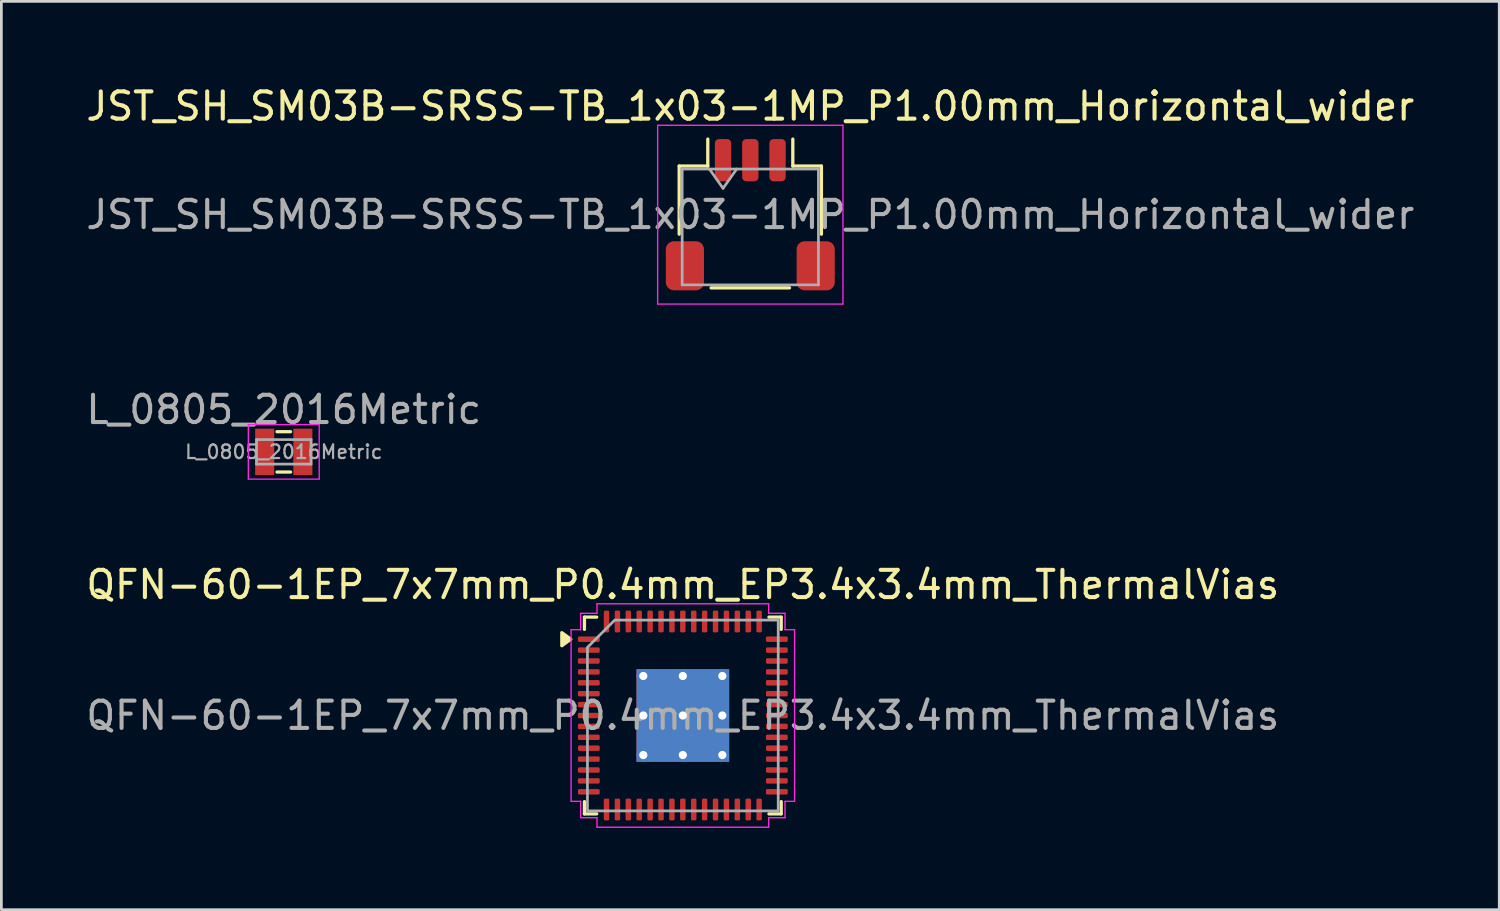
<source format=kicad_pcb>
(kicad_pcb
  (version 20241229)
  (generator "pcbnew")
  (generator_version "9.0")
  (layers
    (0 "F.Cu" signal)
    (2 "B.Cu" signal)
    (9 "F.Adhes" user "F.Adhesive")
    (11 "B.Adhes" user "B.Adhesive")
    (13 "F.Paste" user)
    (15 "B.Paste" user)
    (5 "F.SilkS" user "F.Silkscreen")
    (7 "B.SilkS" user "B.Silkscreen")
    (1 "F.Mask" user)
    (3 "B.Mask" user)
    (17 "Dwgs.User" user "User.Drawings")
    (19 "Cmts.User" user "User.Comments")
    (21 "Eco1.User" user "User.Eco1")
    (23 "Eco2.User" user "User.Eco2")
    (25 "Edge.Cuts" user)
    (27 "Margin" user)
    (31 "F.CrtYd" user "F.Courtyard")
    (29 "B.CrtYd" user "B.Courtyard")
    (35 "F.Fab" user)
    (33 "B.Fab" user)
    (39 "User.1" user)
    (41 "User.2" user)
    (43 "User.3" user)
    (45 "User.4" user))
  (footprint "QFN-60-1EP_7x7mm_P0.4mm_EP3.4x3.4mm_ThermalVias"
    (layer "F.Cu")
    (at 22.006 23.205)
    (property "Reference" "QFN-60-1EP_7x7mm_P0.4mm_EP3.4x3.4mm_ThermalVias" (at 0 -4.8 0) (layer "F.SilkS") (effects (font (size 1 1) (thickness 0.15))))
    (attr smd)
    (fp_line (start -3.61 -3.61) (end -3.16 -3.61) (stroke (width 0.12) (type solid)) (layer "F.SilkS"))
    (fp_line (start -3.61 -3.16) (end -3.61 -3.61) (stroke (width 0.12) (type solid)) (layer "F.SilkS"))
    (fp_line (start -3.61 3.61) (end -3.61 3.16) (stroke (width 0.12) (type solid)) (layer "F.SilkS"))
    (fp_line (start -3.16 3.61) (end -3.61 3.61) (stroke (width 0.12) (type solid)) (layer "F.SilkS"))
    (fp_line (start 3.16 -3.61) (end 3.61 -3.61) (stroke (width 0.12) (type solid)) (layer "F.SilkS"))
    (fp_line (start 3.61 -3.61) (end 3.61 -3.16) (stroke (width 0.12) (type solid)) (layer "F.SilkS"))
    (fp_line (start 3.61 3.16) (end 3.61 3.61) (stroke (width 0.12) (type solid)) (layer "F.SilkS"))
    (fp_line (start 3.61 3.61) (end 3.16 3.61) (stroke (width 0.12) (type solid)) (layer "F.SilkS"))
    (fp_poly (pts (xy -4.11 -2.8) (xy -4.44 -2.56) (xy -4.44 -3.04)) (stroke (width 0.12) (type solid)) (fill yes) (layer "F.SilkS"))
    (fp_line (start -4.1 -3.15) (end -3.75 -3.15) (stroke (width 0.05) (type solid)) (layer "F.CrtYd"))
    (fp_line (start -4.1 3.15) (end -4.1 -3.15) (stroke (width 0.05) (type solid)) (layer "F.CrtYd"))
    (fp_line (start -3.75 -3.75) (end -3.15 -3.75) (stroke (width 0.05) (type solid)) (layer "F.CrtYd"))
    (fp_line (start -3.75 -3.15) (end -3.75 -3.75) (stroke (width 0.05) (type solid)) (layer "F.CrtYd"))
    (fp_line (start -3.75 3.15) (end -4.1 3.15) (stroke (width 0.05) (type solid)) (layer "F.CrtYd"))
    (fp_line (start -3.75 3.75) (end -3.75 3.15) (stroke (width 0.05) (type solid)) (layer "F.CrtYd"))
    (fp_line (start -3.15 -4.1) (end 3.15 -4.1) (stroke (width 0.05) (type solid)) (layer "F.CrtYd"))
    (fp_line (start -3.15 -3.75) (end -3.15 -4.1) (stroke (width 0.05) (type solid)) (layer "F.CrtYd"))
    (fp_line (start -3.15 3.75) (end -3.75 3.75) (stroke (width 0.05) (type solid)) (layer "F.CrtYd"))
    (fp_line (start -3.15 4.1) (end -3.15 3.75) (stroke (width 0.05) (type solid)) (layer "F.CrtYd"))
    (fp_line (start 3.15 -4.1) (end 3.15 -3.75) (stroke (width 0.05) (type solid)) (layer "F.CrtYd"))
    (fp_line (start 3.15 -3.75) (end 3.75 -3.75) (stroke (width 0.05) (type solid)) (layer "F.CrtYd"))
    (fp_line (start 3.15 3.75) (end 3.15 4.1) (stroke (width 0.05) (type solid)) (layer "F.CrtYd"))
    (fp_line (start 3.15 4.1) (end -3.15 4.1) (stroke (width 0.05) (type solid)) (layer "F.CrtYd"))
    (fp_line (start 3.75 -3.75) (end 3.75 -3.15) (stroke (width 0.05) (type solid)) (layer "F.CrtYd"))
    (fp_line (start 3.75 -3.15) (end 4.1 -3.15) (stroke (width 0.05) (type solid)) (layer "F.CrtYd"))
    (fp_line (start 3.75 3.15) (end 3.75 3.75) (stroke (width 0.05) (type solid)) (layer "F.CrtYd"))
    (fp_line (start 3.75 3.75) (end 3.15 3.75) (stroke (width 0.05) (type solid)) (layer "F.CrtYd"))
    (fp_line (start 4.1 -3.15) (end 4.1 3.15) (stroke (width 0.05) (type solid)) (layer "F.CrtYd"))
    (fp_line (start 4.1 3.15) (end 3.75 3.15) (stroke (width 0.05) (type solid)) (layer "F.CrtYd"))
    (fp_poly (pts (xy -3.5 -2.5) (xy -3.5 3.5) (xy 3.5 3.5) (xy 3.5 -3.5) (xy -2.5 -3.5)) (stroke (width 0.1) (type solid)) (fill no) (layer "F.Fab"))
    (fp_text user "${REFERENCE}" (at 0 0 0) (layer "F.Fab") (effects (font (size 1 1) (thickness 0.15))))
    (pad "" smd roundrect (at -0.8 -0.795) (size 1.21 1.21) (layers "F.Paste") (roundrect_rratio 0.189))
    (pad "" smd roundrect (at -0.8 0.8) (size 1.21 1.21) (layers "F.Paste") (roundrect_rratio 0.189))
    (pad "" smd roundrect (at 0.795 -0.795) (size 1.21 1.21) (layers "F.Paste") (roundrect_rratio 0.189))
    (pad "" smd roundrect (at 0.795 0.795) (size 1.21 1.21) (layers "F.Paste") (roundrect_rratio 0.189))
    (pad "1" smd roundrect (at -3.45 -2.8) (size 0.8 0.2) (layers "F.Cu" "F.Mask" "F.Paste") (roundrect_rratio 0.25))
    (pad "2" smd roundrect (at -3.45 -2.4) (size 0.8 0.2) (layers "F.Cu" "F.Mask" "F.Paste") (roundrect_rratio 0.25))
    (pad "3" smd roundrect (at -3.45 -2) (size 0.8 0.2) (layers "F.Cu" "F.Mask" "F.Paste") (roundrect_rratio 0.25))
    (pad "4" smd roundrect (at -3.45 -1.6) (size 0.8 0.2) (layers "F.Cu" "F.Mask" "F.Paste") (roundrect_rratio 0.25))
    (pad "5" smd roundrect (at -3.45 -1.2) (size 0.8 0.2) (layers "F.Cu" "F.Mask" "F.Paste") (roundrect_rratio 0.25))
    (pad "6" smd roundrect (at -3.45 -0.8) (size 0.8 0.2) (layers "F.Cu" "F.Mask" "F.Paste") (roundrect_rratio 0.25))
    (pad "7" smd roundrect (at -3.45 -0.4) (size 0.8 0.2) (layers "F.Cu" "F.Mask" "F.Paste") (roundrect_rratio 0.25))
    (pad "8" smd roundrect (at -3.45 0) (size 0.8 0.2) (layers "F.Cu" "F.Mask" "F.Paste") (roundrect_rratio 0.25))
    (pad "9" smd roundrect (at -3.45 0.4) (size 0.8 0.2) (layers "F.Cu" "F.Mask" "F.Paste") (roundrect_rratio 0.25))
    (pad "10" smd roundrect (at -3.45 0.8) (size 0.8 0.2) (layers "F.Cu" "F.Mask" "F.Paste") (roundrect_rratio 0.25))
    (pad "11" smd roundrect (at -3.45 1.2) (size 0.8 0.2) (layers "F.Cu" "F.Mask" "F.Paste") (roundrect_rratio 0.25))
    (pad "12" smd roundrect (at -3.45 1.6) (size 0.8 0.2) (layers "F.Cu" "F.Mask" "F.Paste") (roundrect_rratio 0.25))
    (pad "13" smd roundrect (at -3.45 2) (size 0.8 0.2) (layers "F.Cu" "F.Mask" "F.Paste") (roundrect_rratio 0.25))
    (pad "14" smd roundrect (at -3.45 2.4) (size 0.8 0.2) (layers "F.Cu" "F.Mask" "F.Paste") (roundrect_rratio 0.25))
    (pad "15" smd roundrect (at -3.45 2.8) (size 0.8 0.2) (layers "F.Cu" "F.Mask" "F.Paste") (roundrect_rratio 0.25))
    (pad "16" smd roundrect (at -2.8 3.45) (size 0.2 0.8) (layers "F.Cu" "F.Mask" "F.Paste") (roundrect_rratio 0.25))
    (pad "17" smd roundrect (at -2.4 3.45) (size 0.2 0.8) (layers "F.Cu" "F.Mask" "F.Paste") (roundrect_rratio 0.25))
    (pad "18" smd roundrect (at -2 3.45) (size 0.2 0.8) (layers "F.Cu" "F.Mask" "F.Paste") (roundrect_rratio 0.25))
    (pad "19" smd roundrect (at -1.6 3.45) (size 0.2 0.8) (layers "F.Cu" "F.Mask" "F.Paste") (roundrect_rratio 0.25))
    (pad "20" smd roundrect (at -1.2 3.45) (size 0.2 0.8) (layers "F.Cu" "F.Mask" "F.Paste") (roundrect_rratio 0.25))
    (pad "21" smd roundrect (at -0.8 3.45) (size 0.2 0.8) (layers "F.Cu" "F.Mask" "F.Paste") (roundrect_rratio 0.25))
    (pad "22" smd roundrect (at -0.4 3.45) (size 0.2 0.8) (layers "F.Cu" "F.Mask" "F.Paste") (roundrect_rratio 0.25))
    (pad "23" smd roundrect (at 0 3.45) (size 0.2 0.8) (layers "F.Cu" "F.Mask" "F.Paste") (roundrect_rratio 0.25))
    (pad "24" smd roundrect (at 0.4 3.45) (size 0.2 0.8) (layers "F.Cu" "F.Mask" "F.Paste") (roundrect_rratio 0.25))
    (pad "25" smd roundrect (at 0.8 3.45) (size 0.2 0.8) (layers "F.Cu" "F.Mask" "F.Paste") (roundrect_rratio 0.25))
    (pad "26" smd roundrect (at 1.2 3.45) (size 0.2 0.8) (layers "F.Cu" "F.Mask" "F.Paste") (roundrect_rratio 0.25))
    (pad "27" smd roundrect (at 1.6 3.45) (size 0.2 0.8) (layers "F.Cu" "F.Mask" "F.Paste") (roundrect_rratio 0.25))
    (pad "28" smd roundrect (at 2 3.45) (size 0.2 0.8) (layers "F.Cu" "F.Mask" "F.Paste") (roundrect_rratio 0.25))
    (pad "29" smd roundrect (at 2.4 3.45) (size 0.2 0.8) (layers "F.Cu" "F.Mask" "F.Paste") (roundrect_rratio 0.25))
    (pad "30" smd roundrect (at 2.8 3.45) (size 0.2 0.8) (layers "F.Cu" "F.Mask" "F.Paste") (roundrect_rratio 0.25))
    (pad "31" smd roundrect (at 3.45 2.8) (size 0.8 0.2) (layers "F.Cu" "F.Mask" "F.Paste") (roundrect_rratio 0.25))
    (pad "32" smd roundrect (at 3.45 2.4) (size 0.8 0.2) (layers "F.Cu" "F.Mask" "F.Paste") (roundrect_rratio 0.25))
    (pad "33" smd roundrect (at 3.45 2) (size 0.8 0.2) (layers "F.Cu" "F.Mask" "F.Paste") (roundrect_rratio 0.25))
    (pad "34" smd roundrect (at 3.45 1.6) (size 0.8 0.2) (layers "F.Cu" "F.Mask" "F.Paste") (roundrect_rratio 0.25))
    (pad "35" smd roundrect (at 3.45 1.2) (size 0.8 0.2) (layers "F.Cu" "F.Mask" "F.Paste") (roundrect_rratio 0.25))
    (pad "36" smd roundrect (at 3.45 0.8) (size 0.8 0.2) (layers "F.Cu" "F.Mask" "F.Paste") (roundrect_rratio 0.25))
    (pad "37" smd roundrect (at 3.45 0.4) (size 0.8 0.2) (layers "F.Cu" "F.Mask" "F.Paste") (roundrect_rratio 0.25))
    (pad "38" smd roundrect (at 3.45 0) (size 0.8 0.2) (layers "F.Cu" "F.Mask" "F.Paste") (roundrect_rratio 0.25))
    (pad "39" smd roundrect (at 3.45 -0.4) (size 0.8 0.2) (layers "F.Cu" "F.Mask" "F.Paste") (roundrect_rratio 0.25))
    (pad "40" smd roundrect (at 3.45 -0.8) (size 0.8 0.2) (layers "F.Cu" "F.Mask" "F.Paste") (roundrect_rratio 0.25))
    (pad "41" smd roundrect (at 3.45 -1.2) (size 0.8 0.2) (layers "F.Cu" "F.Mask" "F.Paste") (roundrect_rratio 0.25))
    (pad "42" smd roundrect (at 3.45 -1.6) (size 0.8 0.2) (layers "F.Cu" "F.Mask" "F.Paste") (roundrect_rratio 0.25))
    (pad "43" smd roundrect (at 3.45 -2) (size 0.8 0.2) (layers "F.Cu" "F.Mask" "F.Paste") (roundrect_rratio 0.25))
    (pad "44" smd roundrect (at 3.45 -2.4) (size 0.8 0.2) (layers "F.Cu" "F.Mask" "F.Paste") (roundrect_rratio 0.25))
    (pad "45" smd roundrect (at 3.45 -2.8) (size 0.8 0.2) (layers "F.Cu" "F.Mask" "F.Paste") (roundrect_rratio 0.25))
    (pad "46" smd roundrect (at 2.8 -3.45) (size 0.2 0.8) (layers "F.Cu" "F.Mask" "F.Paste") (roundrect_rratio 0.25))
    (pad "47" smd roundrect (at 2.4 -3.45) (size 0.2 0.8) (layers "F.Cu" "F.Mask" "F.Paste") (roundrect_rratio 0.25))
    (pad "48" smd roundrect (at 2 -3.45) (size 0.2 0.8) (layers "F.Cu" "F.Mask" "F.Paste") (roundrect_rratio 0.25))
    (pad "49" smd roundrect (at 1.6 -3.45) (size 0.2 0.8) (layers "F.Cu" "F.Mask" "F.Paste") (roundrect_rratio 0.25))
    (pad "50" smd roundrect (at 1.2 -3.45) (size 0.2 0.8) (layers "F.Cu" "F.Mask" "F.Paste") (roundrect_rratio 0.25))
    (pad "51" smd roundrect (at 0.8 -3.45) (size 0.2 0.8) (layers "F.Cu" "F.Mask" "F.Paste") (roundrect_rratio 0.25))
    (pad "52" smd roundrect (at 0.4 -3.45) (size 0.2 0.8) (layers "F.Cu" "F.Mask" "F.Paste") (roundrect_rratio 0.25))
    (pad "53" smd roundrect (at 0 -3.45) (size 0.2 0.8) (layers "F.Cu" "F.Mask" "F.Paste") (roundrect_rratio 0.25))
    (pad "54" smd roundrect (at -0.4 -3.45) (size 0.2 0.8) (layers "F.Cu" "F.Mask" "F.Paste") (roundrect_rratio 0.25))
    (pad "55" smd roundrect (at -0.8 -3.45) (size 0.2 0.8) (layers "F.Cu" "F.Mask" "F.Paste") (roundrect_rratio 0.25))
    (pad "56" smd roundrect (at -1.2 -3.45) (size 0.2 0.8) (layers "F.Cu" "F.Mask" "F.Paste") (roundrect_rratio 0.25))
    (pad "57" smd roundrect (at -1.6 -3.45) (size 0.2 0.8) (layers "F.Cu" "F.Mask" "F.Paste") (roundrect_rratio 0.25))
    (pad "58" smd roundrect (at -2 -3.45) (size 0.2 0.8) (layers "F.Cu" "F.Mask" "F.Paste") (roundrect_rratio 0.25))
    (pad "59" smd roundrect (at -2.4 -3.45) (size 0.2 0.8) (layers "F.Cu" "F.Mask" "F.Paste") (roundrect_rratio 0.25))
    (pad "60" smd roundrect (at -2.8 -3.45) (size 0.2 0.8) (layers "F.Cu" "F.Mask" "F.Paste") (roundrect_rratio 0.25))
    (pad "61" thru_hole circle (at -1.45 -1.45) (size 0.5 0.5) (drill 0.3) (property pad_prop_heatsink) (layers "*.Cu"))
    (pad "61" thru_hole circle (at -1.45 0) (size 0.5 0.5) (drill 0.3) (property pad_prop_heatsink) (layers "*.Cu"))
    (pad "61" thru_hole circle (at -1.45 1.45) (size 0.5 0.5) (drill 0.3) (property pad_prop_heatsink) (layers "*.Cu"))
    (pad "61" thru_hole circle (at 0 -1.45) (size 0.5 0.5) (drill 0.3) (property pad_prop_heatsink) (layers "*.Cu"))
    (pad "61" thru_hole circle (at 0 0) (size 0.5 0.5) (drill 0.3) (property pad_prop_heatsink) (layers "*.Cu"))
    (pad "61" smd rect (at 0 0) (size 3.4 3.4) (property pad_prop_heatsink) (layers "F.Cu" "F.Mask"))
    (pad "61" smd rect (at 0 0) (size 3.4 3.4) (property pad_prop_heatsink) (layers "B.Cu"))
    (pad "61" thru_hole circle (at 0 1.45) (size 0.5 0.5) (drill 0.3) (property pad_prop_heatsink) (layers "*.Cu"))
    (pad "61" thru_hole circle (at 1.45 -1.45) (size 0.5 0.5) (drill 0.3) (property pad_prop_heatsink) (layers "*.Cu"))
    (pad "61" thru_hole circle (at 1.45 0) (size 0.5 0.5) (drill 0.3) (property pad_prop_heatsink) (layers "*.Cu"))
    (pad "61" thru_hole circle (at 1.45 1.45) (size 0.5 0.5) (drill 0.3) (property pad_prop_heatsink) (layers "*.Cu")))
  (footprint "L_0805_2016Metric"
    (layer "F.Cu")
    (at 7.363 13.531)
    (property "Reference" "L_0805_2016Metric" (at 0 -1.55 0) (layer "F.Fab") (effects (font (size 1 1) (thickness 0.15))))
    (attr smd)
    (fp_line (start -0.25 0.74) (end 0.25 0.74) (stroke (width 0.12) (type solid)) (layer "F.SilkS"))
    (fp_line (start -0.25 -0.74) (end 0.25 -0.74) (stroke (width 0.12) (type solid)) (layer "F.SilkS"))
    (fp_line (start -1.3 -1) (end 1.3 -1) (stroke (width 0.05) (type solid)) (layer "F.CrtYd"))
    (fp_line (start -1.3 1) (end -1.3 -1) (stroke (width 0.05) (type solid)) (layer "F.CrtYd"))
    (fp_line (start 1.3 -1) (end 1.3 1) (stroke (width 0.05) (type solid)) (layer "F.CrtYd"))
    (fp_line (start 1.3 1) (end -1.3 1) (stroke (width 0.05) (type solid)) (layer "F.CrtYd"))
    (fp_line (start -1 -0.45) (end 1 -0.45) (stroke (width 0.1) (type solid)) (layer "F.Fab"))
    (fp_line (start -1 0.45) (end -1 -0.45) (stroke (width 0.1) (type solid)) (layer "F.Fab"))
    (fp_line (start 1 -0.45) (end 1 0.45) (stroke (width 0.1) (type solid)) (layer "F.Fab"))
    (fp_line (start 1 0.45) (end -1 0.45) (stroke (width 0.1) (type solid)) (layer "F.Fab"))
    (fp_text user "${REFERENCE}" (at 0 0 0) (layer "F.Fab") (effects (font (size 0.5 0.5) (thickness 0.08))))
    (pad "1" smd rect (at -0.7 0) (size 0.7 1.7) (layers "F.Cu" "F.Mask" "F.Paste"))
    (pad "2" smd rect (at 0.7 0) (size 0.7 1.7) (layers "F.Cu" "F.Mask" "F.Paste")))
  (footprint "JST_SH_SM03B-SRSS-TB_1x03-1MP_P1.00mm_Horizontal_wider"
    (layer "F.Cu")
    (at 24.482 4.828)
    (property "Reference" "JST_SH_SM03B-SRSS-TB_1x03-1MP_P1.00mm_Horizontal_wider" (at 0 -3.98 0) (layer "F.SilkS") (effects (font (size 1 1) (thickness 0.15))))
    (attr smd)
    (fp_line (start -2.61 -1.785) (end -1.56 -1.785) (stroke (width 0.12) (type solid)) (layer "F.SilkS"))
    (fp_line (start -2.61 0.715) (end -2.61 -1.785) (stroke (width 0.12) (type solid)) (layer "F.SilkS"))
    (fp_line (start -1.56 -1.785) (end -1.56 -2.775) (stroke (width 0.12) (type solid)) (layer "F.SilkS"))
    (fp_line (start -1.44 2.685) (end 1.44 2.685) (stroke (width 0.12) (type solid)) (layer "F.SilkS"))
    (fp_line (start 1.56 -1.785) (end 1.56 -2.775) (stroke (width 0.12) (type solid)) (layer "F.SilkS"))
    (fp_line (start 2.61 -1.785) (end 1.56 -1.785) (stroke (width 0.12) (type solid)) (layer "F.SilkS"))
    (fp_line (start 2.61 0.715) (end 2.61 -1.785) (stroke (width 0.12) (type solid)) (layer "F.SilkS"))
    (fp_line (start -3.4 -3.28) (end -3.4 3.28) (stroke (width 0.05) (type solid)) (layer "F.CrtYd"))
    (fp_line (start -3.4 3.28) (end 3.4 3.28) (stroke (width 0.05) (type solid)) (layer "F.CrtYd"))
    (fp_line (start 3.4 -3.28) (end -3.4 -3.28) (stroke (width 0.05) (type solid)) (layer "F.CrtYd"))
    (fp_line (start 3.4 3.28) (end 3.4 -3.28) (stroke (width 0.05) (type solid)) (layer "F.CrtYd"))
    (fp_line (start -2.5 -1.675) (end -2.5 2.575) (stroke (width 0.1) (type solid)) (layer "F.Fab"))
    (fp_line (start -2.5 -1.675) (end 2.5 -1.675) (stroke (width 0.1) (type solid)) (layer "F.Fab"))
    (fp_line (start -2.5 2.575) (end 2.5 2.575) (stroke (width 0.1) (type solid)) (layer "F.Fab"))
    (fp_line (start -1.5 -1.675) (end -1 -0.968) (stroke (width 0.1) (type solid)) (layer "F.Fab"))
    (fp_line (start -1 -0.968) (end -0.5 -1.675) (stroke (width 0.1) (type solid)) (layer "F.Fab"))
    (fp_line (start 2.5 -1.675) (end 2.5 2.575) (stroke (width 0.1) (type solid)) (layer "F.Fab"))
    (fp_text user "${REFERENCE}" (at 0 0 0) (layer "F.Fab") (effects (font (size 1 1) (thickness 0.15))))
    (pad "1" smd roundrect (at -1 -2) (size 0.6 1.55) (layers "F.Cu" "F.Mask" "F.Paste") (roundrect_rratio 0.25))
    (pad "2" smd roundrect (at 0 -2) (size 0.6 1.55) (layers "F.Cu" "F.Mask" "F.Paste") (roundrect_rratio 0.25))
    (pad "3" smd roundrect (at 1 -2) (size 0.6 1.55) (layers "F.Cu" "F.Mask" "F.Paste") (roundrect_rratio 0.25))
    (pad "MP" smd roundrect (at -2.4 1.875) (size 1.4 1.8) (layers "F.Cu" "F.Mask" "F.Paste") (roundrect_rratio 0.208))
    (pad "MP" smd roundrect (at 2.4 1.875) (size 1.4 1.8) (layers "F.Cu" "F.Mask" "F.Paste") (roundrect_rratio 0.208)))
  (gr_rect
    (start -3 -3)
    (end 51.964 30.33)
    (stroke (width 0.1) (type default))
    (fill no)
    (layer "Edge.Cuts")))
</source>
